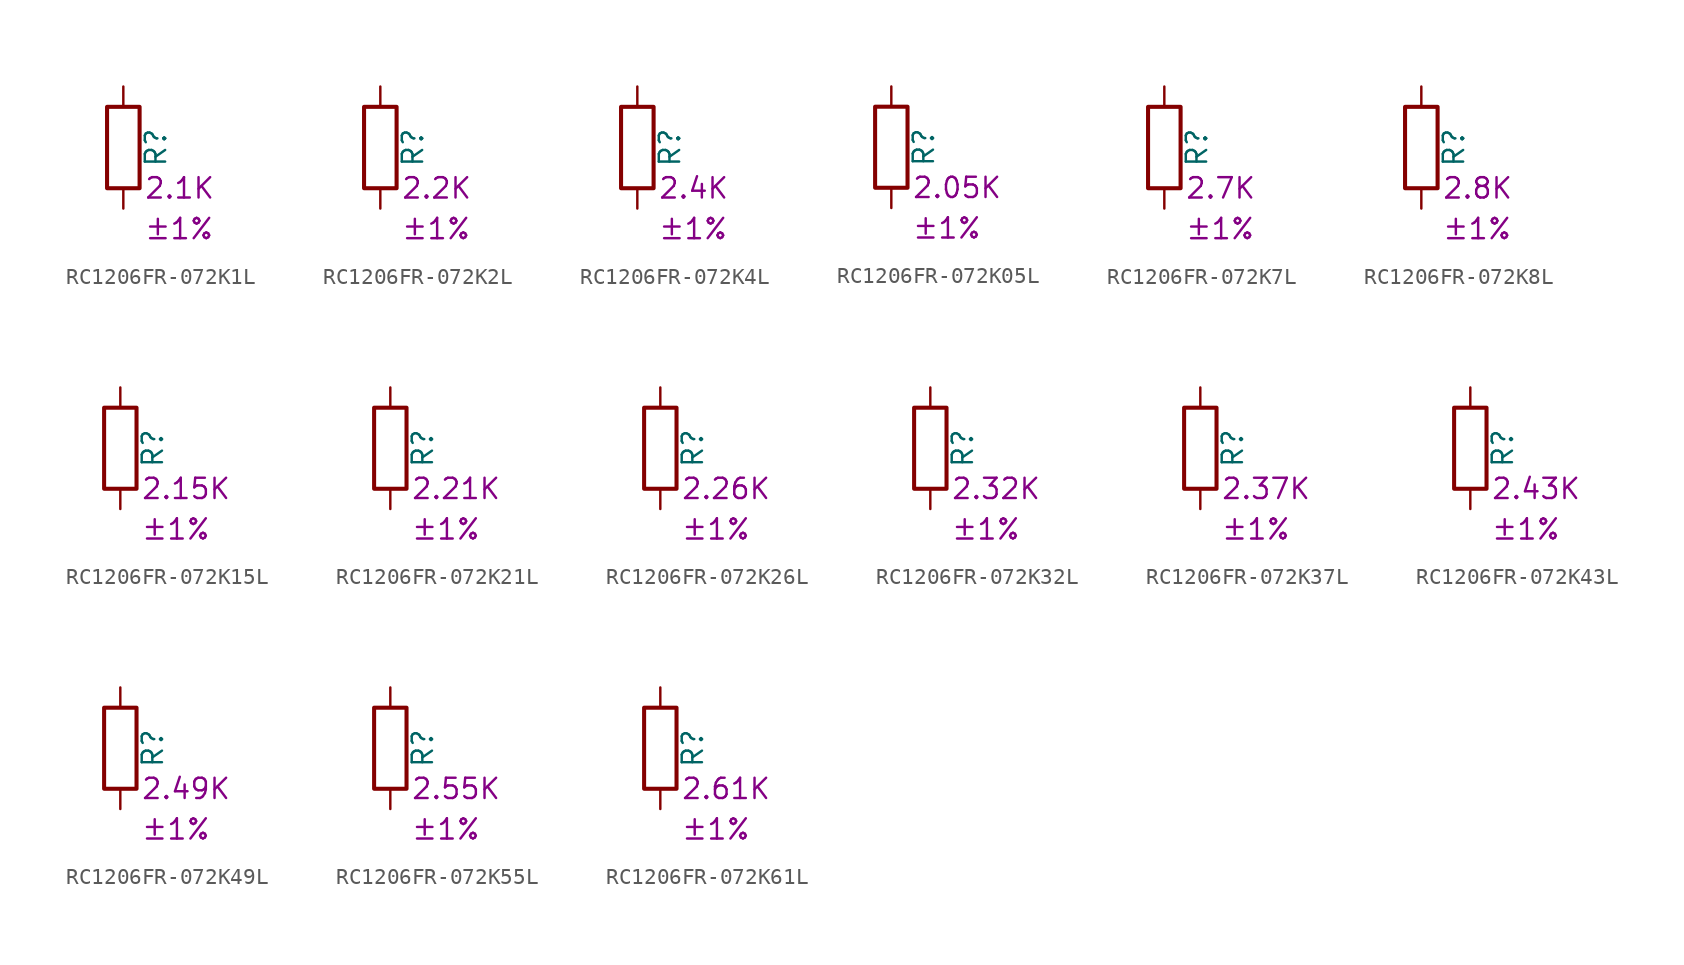
<source format=kicad_sym>
(kicad_symbol_lib
  (version 20220914)
  (generator kicad_symbol_editor)
  (symbol "RC1206FR-072K1L"
    (pin_numbers hide)
    (pin_names
      (offset 0))
    (property "Reference" "R"
      (at 2.032 0 90)
      (effects (font (size 1.27 1.27))))
    (property "Resistance" "2.1K"
      (at 1.27 -2.54 0)
      (effects (font (size 1.27 1.27)) (justify left)))
    (property "Tolerance" "±1%"
      (at 1.27 -5.08 0)
      (effects (font (size 1.27 1.27)) (justify left)))
    (symbol "RC1206FR-072K1L_0_1"
      (rectangle (start -1.016 -2.54) (end 1.016 2.54) (stroke (width 0.254) (type default)) (fill (type none))))
    (symbol "RC1206FR-072K1L_1_1"
      (pin passive line (at 0 3.81 270) (length 1.27) (name "~" (effects (font (size 1.27 1.27)))) (number "1" (effects (font (size 1.27 1.27)))))
      (pin passive line (at 0 -3.81 90) (length 1.27) (name "~" (effects (font (size 1.27 1.27)))) (number "2" (effects (font (size 1.27 1.27)))))))
  (symbol "RC1206FR-072K2L"
    (pin_numbers hide)
    (pin_names
      (offset 0))
    (property "Reference" "R"
      (at 2.032 0 90)
      (effects (font (size 1.27 1.27))))
    (property "Resistance" "2.2K"
      (at 1.27 -2.54 0)
      (effects (font (size 1.27 1.27)) (justify left)))
    (property "Tolerance" "±1%"
      (at 1.27 -5.08 0)
      (effects (font (size 1.27 1.27)) (justify left)))
    (symbol "RC1206FR-072K2L_0_1"
      (rectangle (start -1.016 -2.54) (end 1.016 2.54) (stroke (width 0.254) (type default)) (fill (type none))))
    (symbol "RC1206FR-072K2L_1_1"
      (pin passive line (at 0 3.81 270) (length 1.27) (name "~" (effects (font (size 1.27 1.27)))) (number "1" (effects (font (size 1.27 1.27)))))
      (pin passive line (at 0 -3.81 90) (length 1.27) (name "~" (effects (font (size 1.27 1.27)))) (number "2" (effects (font (size 1.27 1.27)))))))
  (symbol "RC1206FR-072K4L"
    (pin_numbers hide)
    (pin_names
      (offset 0))
    (property "Reference" "R"
      (at 2.032 0 90)
      (effects (font (size 1.27 1.27))))
    (property "Resistance" "2.4K"
      (at 1.27 -2.54 0)
      (effects (font (size 1.27 1.27)) (justify left)))
    (property "Tolerance" "±1%"
      (at 1.27 -5.08 0)
      (effects (font (size 1.27 1.27)) (justify left)))
    (symbol "RC1206FR-072K4L_0_1"
      (rectangle (start -1.016 -2.54) (end 1.016 2.54) (stroke (width 0.254) (type default)) (fill (type none))))
    (symbol "RC1206FR-072K4L_1_1"
      (pin passive line (at 0 3.81 270) (length 1.27) (name "~" (effects (font (size 1.27 1.27)))) (number "1" (effects (font (size 1.27 1.27)))))
      (pin passive line (at 0 -3.81 90) (length 1.27) (name "~" (effects (font (size 1.27 1.27)))) (number "2" (effects (font (size 1.27 1.27)))))))
  (symbol "RC1206FR-072K05L"
    (pin_numbers hide)
    (pin_names
      (offset 0))
    (property "Reference" "R"
      (at 2.032 0 90)
      (effects (font (size 1.27 1.27))))
    (property "Resistance" "2.05K"
      (at 1.27 -2.54 0)
      (effects (font (size 1.27 1.27)) (justify left)))
    (property "Tolerance" "±1%"
      (at 1.27 -5.08 0)
      (effects (font (size 1.27 1.27)) (justify left)))
    (symbol "RC1206FR-072K05L_0_1"
      (rectangle (start -1.016 -2.54) (end 1.016 2.54) (stroke (width 0.254) (type default)) (fill (type none))))
    (symbol "RC1206FR-072K05L_1_1"
      (pin passive line (at 0 3.81 270) (length 1.27) (name "~" (effects (font (size 1.27 1.27)))) (number "1" (effects (font (size 1.27 1.27)))))
      (pin passive line (at 0 -3.81 90) (length 1.27) (name "~" (effects (font (size 1.27 1.27)))) (number "2" (effects (font (size 1.27 1.27)))))))
  (symbol "RC1206FR-072K7L"
    (pin_numbers hide)
    (pin_names
      (offset 0))
    (property "Reference" "R"
      (at 2.032 0 90)
      (effects (font (size 1.27 1.27))))
    (property "Resistance" "2.7K"
      (at 1.27 -2.54 0)
      (effects (font (size 1.27 1.27)) (justify left)))
    (property "Tolerance" "±1%"
      (at 1.27 -5.08 0)
      (effects (font (size 1.27 1.27)) (justify left)))
    (symbol "RC1206FR-072K7L_0_1"
      (rectangle (start -1.016 -2.54) (end 1.016 2.54) (stroke (width 0.254) (type default)) (fill (type none))))
    (symbol "RC1206FR-072K7L_1_1"
      (pin passive line (at 0 3.81 270) (length 1.27) (name "~" (effects (font (size 1.27 1.27)))) (number "1" (effects (font (size 1.27 1.27)))))
      (pin passive line (at 0 -3.81 90) (length 1.27) (name "~" (effects (font (size 1.27 1.27)))) (number "2" (effects (font (size 1.27 1.27)))))))
  (symbol "RC1206FR-072K8L"
    (pin_numbers hide)
    (pin_names
      (offset 0))
    (property "Reference" "R"
      (at 2.032 0 90)
      (effects (font (size 1.27 1.27))))
    (property "Resistance" "2.8K"
      (at 1.27 -2.54 0)
      (effects (font (size 1.27 1.27)) (justify left)))
    (property "Tolerance" "±1%"
      (at 1.27 -5.08 0)
      (effects (font (size 1.27 1.27)) (justify left)))
    (symbol "RC1206FR-072K8L_0_1"
      (rectangle (start -1.016 -2.54) (end 1.016 2.54) (stroke (width 0.254) (type default)) (fill (type none))))
    (symbol "RC1206FR-072K8L_1_1"
      (pin passive line (at 0 3.81 270) (length 1.27) (name "~" (effects (font (size 1.27 1.27)))) (number "1" (effects (font (size 1.27 1.27)))))
      (pin passive line (at 0 -3.81 90) (length 1.27) (name "~" (effects (font (size 1.27 1.27)))) (number "2" (effects (font (size 1.27 1.27)))))))
  (symbol "RC1206FR-072K15L"
    (pin_numbers hide)
    (pin_names
      (offset 0))
    (property "Reference" "R"
      (at 2.032 0 90)
      (effects (font (size 1.27 1.27))))
    (property "Resistance" "2.15K"
      (at 1.27 -2.54 0)
      (effects (font (size 1.27 1.27)) (justify left)))
    (property "Tolerance" "±1%"
      (at 1.27 -5.08 0)
      (effects (font (size 1.27 1.27)) (justify left)))
    (symbol "RC1206FR-072K15L_0_1"
      (rectangle (start -1.016 -2.54) (end 1.016 2.54) (stroke (width 0.254) (type default)) (fill (type none))))
    (symbol "RC1206FR-072K15L_1_1"
      (pin passive line (at 0 3.81 270) (length 1.27) (name "~" (effects (font (size 1.27 1.27)))) (number "1" (effects (font (size 1.27 1.27)))))
      (pin passive line (at 0 -3.81 90) (length 1.27) (name "~" (effects (font (size 1.27 1.27)))) (number "2" (effects (font (size 1.27 1.27)))))))
  (symbol "RC1206FR-072K21L"
    (pin_numbers hide)
    (pin_names
      (offset 0))
    (property "Reference" "R"
      (at 2.032 0 90)
      (effects (font (size 1.27 1.27))))
    (property "Resistance" "2.21K"
      (at 1.27 -2.54 0)
      (effects (font (size 1.27 1.27)) (justify left)))
    (property "Tolerance" "±1%"
      (at 1.27 -5.08 0)
      (effects (font (size 1.27 1.27)) (justify left)))
    (symbol "RC1206FR-072K21L_0_1"
      (rectangle (start -1.016 -2.54) (end 1.016 2.54) (stroke (width 0.254) (type default)) (fill (type none))))
    (symbol "RC1206FR-072K21L_1_1"
      (pin passive line (at 0 3.81 270) (length 1.27) (name "~" (effects (font (size 1.27 1.27)))) (number "1" (effects (font (size 1.27 1.27)))))
      (pin passive line (at 0 -3.81 90) (length 1.27) (name "~" (effects (font (size 1.27 1.27)))) (number "2" (effects (font (size 1.27 1.27)))))))
  (symbol "RC1206FR-072K26L"
    (pin_numbers hide)
    (pin_names
      (offset 0))
    (property "Reference" "R"
      (at 2.032 0 90)
      (effects (font (size 1.27 1.27))))
    (property "Resistance" "2.26K"
      (at 1.27 -2.54 0)
      (effects (font (size 1.27 1.27)) (justify left)))
    (property "Tolerance" "±1%"
      (at 1.27 -5.08 0)
      (effects (font (size 1.27 1.27)) (justify left)))
    (symbol "RC1206FR-072K26L_0_1"
      (rectangle (start -1.016 -2.54) (end 1.016 2.54) (stroke (width 0.254) (type default)) (fill (type none))))
    (symbol "RC1206FR-072K26L_1_1"
      (pin passive line (at 0 3.81 270) (length 1.27) (name "~" (effects (font (size 1.27 1.27)))) (number "1" (effects (font (size 1.27 1.27)))))
      (pin passive line (at 0 -3.81 90) (length 1.27) (name "~" (effects (font (size 1.27 1.27)))) (number "2" (effects (font (size 1.27 1.27)))))))
  (symbol "RC1206FR-072K32L"
    (pin_numbers hide)
    (pin_names
      (offset 0))
    (property "Reference" "R"
      (at 2.032 0 90)
      (effects (font (size 1.27 1.27))))
    (property "Resistance" "2.32K"
      (at 1.27 -2.54 0)
      (effects (font (size 1.27 1.27)) (justify left)))
    (property "Tolerance" "±1%"
      (at 1.27 -5.08 0)
      (effects (font (size 1.27 1.27)) (justify left)))
    (symbol "RC1206FR-072K32L_0_1"
      (rectangle (start -1.016 -2.54) (end 1.016 2.54) (stroke (width 0.254) (type default)) (fill (type none))))
    (symbol "RC1206FR-072K32L_1_1"
      (pin passive line (at 0 3.81 270) (length 1.27) (name "~" (effects (font (size 1.27 1.27)))) (number "1" (effects (font (size 1.27 1.27)))))
      (pin passive line (at 0 -3.81 90) (length 1.27) (name "~" (effects (font (size 1.27 1.27)))) (number "2" (effects (font (size 1.27 1.27)))))))
  (symbol "RC1206FR-072K37L"
    (pin_numbers hide)
    (pin_names
      (offset 0))
    (property "Reference" "R"
      (at 2.032 0 90)
      (effects (font (size 1.27 1.27))))
    (property "Resistance" "2.37K"
      (at 1.27 -2.54 0)
      (effects (font (size 1.27 1.27)) (justify left)))
    (property "Tolerance" "±1%"
      (at 1.27 -5.08 0)
      (effects (font (size 1.27 1.27)) (justify left)))
    (symbol "RC1206FR-072K37L_0_1"
      (rectangle (start -1.016 -2.54) (end 1.016 2.54) (stroke (width 0.254) (type default)) (fill (type none))))
    (symbol "RC1206FR-072K37L_1_1"
      (pin passive line (at 0 3.81 270) (length 1.27) (name "~" (effects (font (size 1.27 1.27)))) (number "1" (effects (font (size 1.27 1.27)))))
      (pin passive line (at 0 -3.81 90) (length 1.27) (name "~" (effects (font (size 1.27 1.27)))) (number "2" (effects (font (size 1.27 1.27)))))))
  (symbol "RC1206FR-072K43L"
    (pin_numbers hide)
    (pin_names
      (offset 0))
    (property "Reference" "R"
      (at 2.032 0 90)
      (effects (font (size 1.27 1.27))))
    (property "Resistance" "2.43K"
      (at 1.27 -2.54 0)
      (effects (font (size 1.27 1.27)) (justify left)))
    (property "Tolerance" "±1%"
      (at 1.27 -5.08 0)
      (effects (font (size 1.27 1.27)) (justify left)))
    (symbol "RC1206FR-072K43L_0_1"
      (rectangle (start -1.016 -2.54) (end 1.016 2.54) (stroke (width 0.254) (type default)) (fill (type none))))
    (symbol "RC1206FR-072K43L_1_1"
      (pin passive line (at 0 3.81 270) (length 1.27) (name "~" (effects (font (size 1.27 1.27)))) (number "1" (effects (font (size 1.27 1.27)))))
      (pin passive line (at 0 -3.81 90) (length 1.27) (name "~" (effects (font (size 1.27 1.27)))) (number "2" (effects (font (size 1.27 1.27)))))))
  (symbol "RC1206FR-072K49L"
    (pin_numbers hide)
    (pin_names
      (offset 0))
    (property "Reference" "R"
      (at 2.032 0 90)
      (effects (font (size 1.27 1.27))))
    (property "Resistance" "2.49K"
      (at 1.27 -2.54 0)
      (effects (font (size 1.27 1.27)) (justify left)))
    (property "Tolerance" "±1%"
      (at 1.27 -5.08 0)
      (effects (font (size 1.27 1.27)) (justify left)))
    (symbol "RC1206FR-072K49L_0_1"
      (rectangle (start -1.016 -2.54) (end 1.016 2.54) (stroke (width 0.254) (type default)) (fill (type none))))
    (symbol "RC1206FR-072K49L_1_1"
      (pin passive line (at 0 3.81 270) (length 1.27) (name "~" (effects (font (size 1.27 1.27)))) (number "1" (effects (font (size 1.27 1.27)))))
      (pin passive line (at 0 -3.81 90) (length 1.27) (name "~" (effects (font (size 1.27 1.27)))) (number "2" (effects (font (size 1.27 1.27)))))))
  (symbol "RC1206FR-072K55L"
    (pin_numbers hide)
    (pin_names
      (offset 0))
    (property "Reference" "R"
      (at 2.032 0 90)
      (effects (font (size 1.27 1.27))))
    (property "Resistance" "2.55K"
      (at 1.27 -2.54 0)
      (effects (font (size 1.27 1.27)) (justify left)))
    (property "Tolerance" "±1%"
      (at 1.27 -5.08 0)
      (effects (font (size 1.27 1.27)) (justify left)))
    (symbol "RC1206FR-072K55L_0_1"
      (rectangle (start -1.016 -2.54) (end 1.016 2.54) (stroke (width 0.254) (type default)) (fill (type none))))
    (symbol "RC1206FR-072K55L_1_1"
      (pin passive line (at 0 3.81 270) (length 1.27) (name "~" (effects (font (size 1.27 1.27)))) (number "1" (effects (font (size 1.27 1.27)))))
      (pin passive line (at 0 -3.81 90) (length 1.27) (name "~" (effects (font (size 1.27 1.27)))) (number "2" (effects (font (size 1.27 1.27)))))))
  (symbol "RC1206FR-072K61L"
    (pin_numbers hide)
    (pin_names
      (offset 0))
    (property "Reference" "R"
      (at 2.032 0 90)
      (effects (font (size 1.27 1.27))))
    (property "Resistance" "2.61K"
      (at 1.27 -2.54 0)
      (effects (font (size 1.27 1.27)) (justify left)))
    (property "Tolerance" "±1%"
      (at 1.27 -5.08 0)
      (effects (font (size 1.27 1.27)) (justify left)))
    (symbol "RC1206FR-072K61L_0_1"
      (rectangle (start -1.016 -2.54) (end 1.016 2.54) (stroke (width 0.254) (type default)) (fill (type none))))
    (symbol "RC1206FR-072K61L_1_1"
      (pin passive line (at 0 3.81 270) (length 1.27) (name "~" (effects (font (size 1.27 1.27)))) (number "1" (effects (font (size 1.27 1.27)))))
      (pin passive line (at 0 -3.81 90) (length 1.27) (name "~" (effects (font (size 1.27 1.27)))) (number "2" (effects (font (size 1.27 1.27))))))))
</source>
